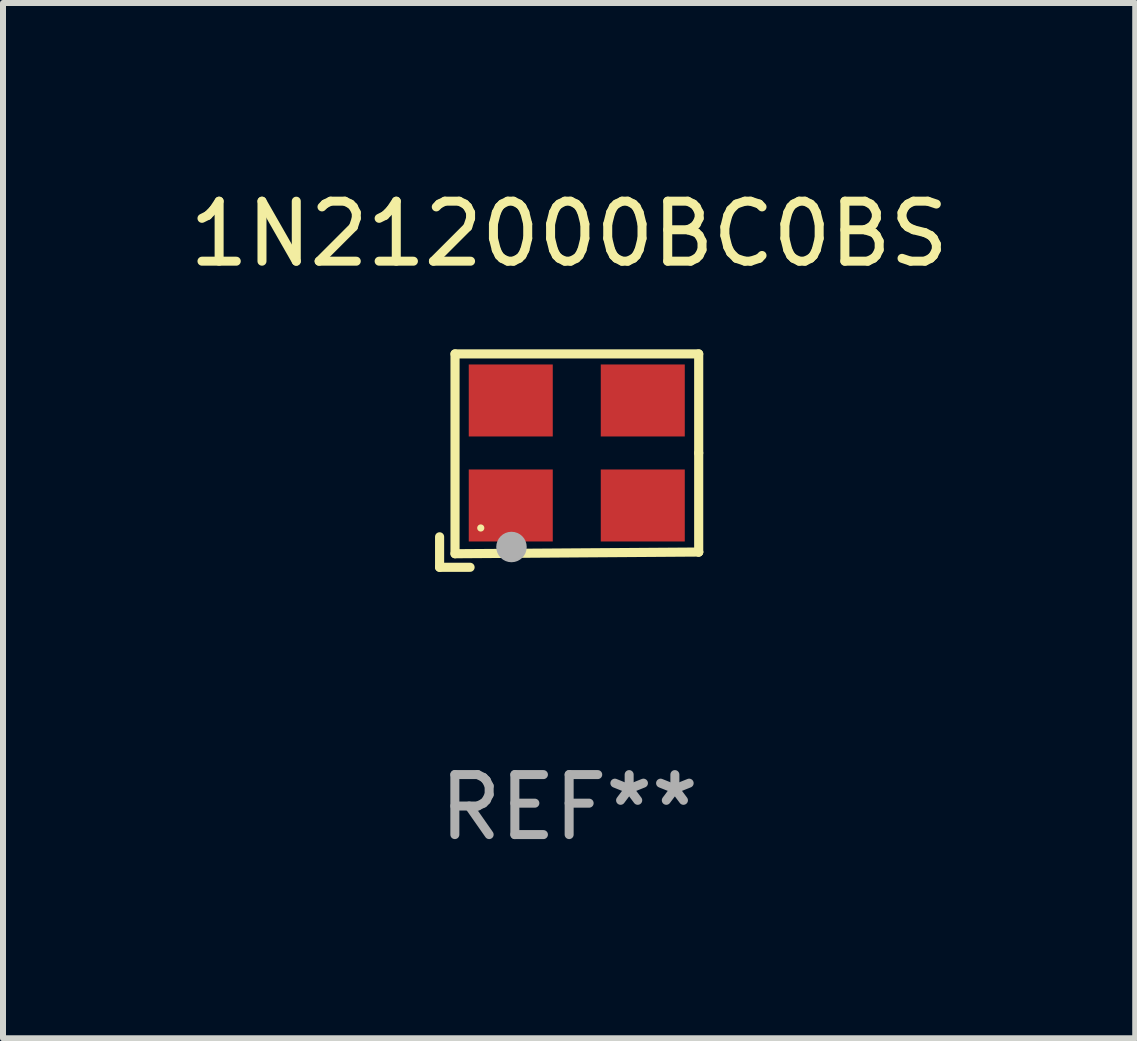
<source format=kicad_pcb>
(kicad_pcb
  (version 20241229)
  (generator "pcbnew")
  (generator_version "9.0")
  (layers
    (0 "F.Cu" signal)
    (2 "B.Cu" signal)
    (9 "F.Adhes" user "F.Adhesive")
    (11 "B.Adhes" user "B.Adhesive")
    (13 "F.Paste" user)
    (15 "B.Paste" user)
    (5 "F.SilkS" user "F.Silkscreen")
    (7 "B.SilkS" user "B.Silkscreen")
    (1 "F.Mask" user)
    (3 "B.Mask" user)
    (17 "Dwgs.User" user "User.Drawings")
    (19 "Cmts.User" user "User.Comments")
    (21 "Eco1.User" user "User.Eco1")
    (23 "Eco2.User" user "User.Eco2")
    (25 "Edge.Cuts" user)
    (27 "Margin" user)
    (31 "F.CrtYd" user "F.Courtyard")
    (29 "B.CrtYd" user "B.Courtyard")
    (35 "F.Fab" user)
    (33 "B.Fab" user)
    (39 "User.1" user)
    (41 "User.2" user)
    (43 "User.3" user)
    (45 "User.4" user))
  (footprint "1N212000BC0BS"
    (layer "F.Cu")
    (at 6.435 4.626)
    (property "Reference" "1N212000BC0BS" (at 0 -3.778 0) (layer "F.SilkS") (effects (font (size 1 1) (thickness 0.15))))
    (attr through_hole)
    (fp_line (start -2.159 1.27) (end -2.159 1.778) (stroke (width 0.152) (type solid)) (layer "F.SilkS"))
    (fp_line (start -2.159 1.778) (end -1.651 1.778) (stroke (width 0.152) (type solid)) (layer "F.SilkS"))
    (fp_line (start -1.902 -1.778) (end 2.159 -1.778) (stroke (width 0.152) (type solid)) (layer "F.SilkS"))
    (fp_line (start -1.902 1.552) (end -1.902 -1.778) (stroke (width 0.152) (type solid)) (layer "F.SilkS"))
    (fp_line (start 2.159 -1.778) (end 2.159 -0.127) (stroke (width 0.152) (type solid)) (layer "F.SilkS"))
    (fp_line (start 2.159 -0.127) (end 2.159 1.524) (stroke (width 0.152) (type solid)) (layer "F.SilkS"))
    (fp_line (start 2.159 1.524) (end -1.902 1.552) (stroke (width 0.152) (type solid)) (layer "F.SilkS"))
    (fp_line (start 2.159 1.524) (end 2.159 1.524) (stroke (width 0.152) (type solid)) (layer "F.SilkS"))
    (fp_circle (center -1.473 1.123) (end -1.443 1.123) (stroke (width 0.06) (type solid)) (fill no) (layer "F.SilkS"))
    (fp_circle (center -0.961 1.44) (end -0.834 1.44) (stroke (width 0.254) (type solid)) (fill no) (layer "F.Fab"))
    (fp_text user "REF**" (at 0 5.778 0) (layer "F.Fab") (effects (font (size 1 1) (thickness 0.15))))
    (pad "1" smd rect (at -0.973 0.748) (size 1.4 1.2) (layers "F.Cu" "F.Mask" "F.Paste"))
    (pad "2" smd rect (at 1.227 0.748) (size 1.4 1.2) (layers "F.Cu" "F.Mask" "F.Paste"))
    (pad "3" smd rect (at 1.227 -1.002) (size 1.4 1.2) (layers "F.Cu" "F.Mask" "F.Paste"))
    (pad "4" smd rect (at -0.973 -1.002) (size 1.4 1.2) (layers "F.Cu" "F.Mask" "F.Paste")))
  (gr_rect
    (start -3 -3)
    (end 15.869 14.253)
    (stroke (width 0.1) (type default))
    (fill no)
    (layer "Edge.Cuts")))
</source>
